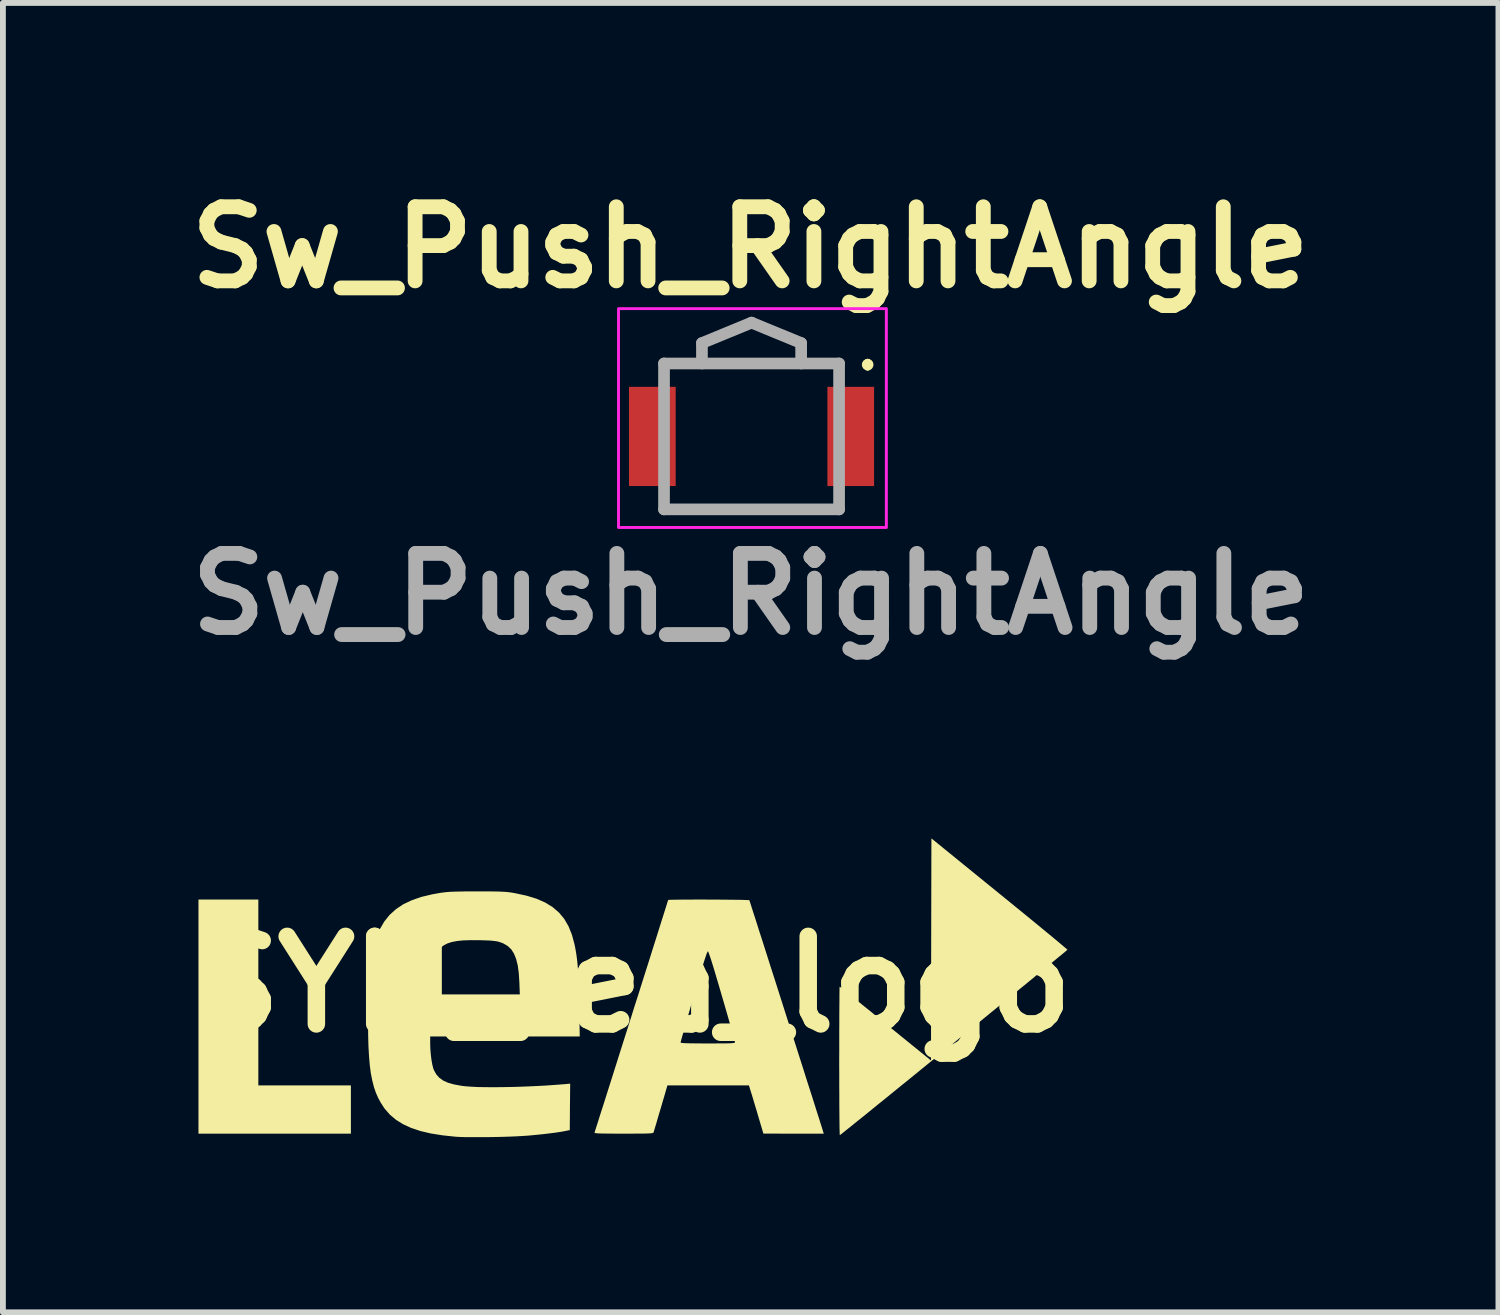
<source format=kicad_pcb>
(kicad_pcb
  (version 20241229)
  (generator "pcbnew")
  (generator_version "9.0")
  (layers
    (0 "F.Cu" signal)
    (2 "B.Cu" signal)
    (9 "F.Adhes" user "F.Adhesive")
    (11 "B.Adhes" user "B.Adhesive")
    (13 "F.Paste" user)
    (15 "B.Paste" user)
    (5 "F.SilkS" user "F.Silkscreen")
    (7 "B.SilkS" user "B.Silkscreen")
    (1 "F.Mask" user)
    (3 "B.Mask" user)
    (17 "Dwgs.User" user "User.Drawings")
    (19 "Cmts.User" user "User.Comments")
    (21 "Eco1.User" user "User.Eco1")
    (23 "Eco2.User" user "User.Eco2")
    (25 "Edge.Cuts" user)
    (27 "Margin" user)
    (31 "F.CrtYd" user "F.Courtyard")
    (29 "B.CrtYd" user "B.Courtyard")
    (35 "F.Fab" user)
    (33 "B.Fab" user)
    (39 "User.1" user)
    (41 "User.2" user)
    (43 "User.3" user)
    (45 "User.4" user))
  (footprint "Sw_Push_RightAngle"
    (layer "F.Cu")
    (at 9.829 4.429)
    (property "Reference" "Sw_Push_RightAngle" (at -0.02 -3.24 0) (layer "F.SilkS") (effects (font (size 1.27 1.27) (thickness 0.254))))
    (attr smd)
    (fp_line (start -1.5 -1.25) (end 1.5 -1.25) (stroke (width 0.1) (type solid)) (layer "F.SilkS"))
    (fp_line (start -1.5 1.25) (end 1.5 1.25) (stroke (width 0.1) (type solid)) (layer "F.SilkS"))
    (fp_line (start 1.99 -1.28) (end 1.99 -1.28) (stroke (width 0.1) (type solid)) (layer "F.SilkS"))
    (fp_line (start 1.99 -1.18) (end 1.99 -1.18) (stroke (width 0.1) (type solid)) (layer "F.SilkS"))
    (fp_arc (start 1.99 -1.28) (mid 2.04 -1.23) (end 1.99 -1.18) (stroke (width 0.1) (type solid)) (layer "F.SilkS"))
    (fp_arc (start 1.99 -1.18) (mid 1.94 -1.23) (end 1.99 -1.28) (stroke (width 0.1) (type solid)) (layer "F.SilkS"))
    (fp_rect (start -2.28 -2.19) (end 2.31 1.56) (stroke (width 0.05) (type default)) (fill no) (layer "F.CrtYd"))
    (fp_line (start -1.5 -1.25) (end 1.5 -1.25) (stroke (width 0.2) (type solid)) (layer "F.Fab"))
    (fp_line (start -1.5 1.25) (end -1.5 -1.25) (stroke (width 0.2) (type solid)) (layer "F.Fab"))
    (fp_line (start -0.85 -1.6) (end 0 -1.95) (stroke (width 0.2) (type solid)) (layer "F.Fab"))
    (fp_line (start -0.85 -1.25) (end -0.85 -1.6) (stroke (width 0.2) (type solid)) (layer "F.Fab"))
    (fp_line (start 0 -1.95) (end 0.85 -1.6) (stroke (width 0.2) (type solid)) (layer "F.Fab"))
    (fp_line (start 0.85 -1.6) (end 0.85 -1.25) (stroke (width 0.2) (type solid)) (layer "F.Fab"))
    (fp_line (start 1.5 -1.25) (end 1.5 1.25) (stroke (width 0.2) (type solid)) (layer "F.Fab"))
    (fp_line (start 1.5 1.25) (end -1.5 1.25) (stroke (width 0.2) (type solid)) (layer "F.Fab"))
    (fp_text user "${REFERENCE}" (at -0.01 2.7 0) (layer "F.Fab") (effects (font (size 1.27 1.27) (thickness 0.254))))
    (pad "1" smd rect (at 1.7 0) (size 0.8 1.7) (layers "F.Cu" "F.Mask" "F.Paste"))
    (pad "2" smd rect (at -1.7 0) (size 0.8 1.7) (layers "F.Cu" "F.Mask" "F.Paste")))
  (footprint "SYM_lea_logo"
    (layer "F.Cu")
    (at 7.8 13.818)
    (property "Reference" "SYM_lea_logo" (at 0 0 0) (layer "F.SilkS") (effects (font (size 1.5 1.5) (thickness 0.3))))
    (attr board_only exclude_from_pos_files exclude_from_bom)
    (fp_poly (pts (xy -6.423 0.14) (xy -6.423 1.732) (xy -5.63 1.732) (xy -4.837 1.732) (xy -4.837 2.146) (xy -4.837 2.559) (xy -6.143 2.559) (xy -7.449 2.559) (xy -7.449 0.553) (xy -7.449 -1.453) (xy -6.936 -1.453) (xy -6.423 -1.453)) (stroke (width 0) (type solid)) (fill yes) (layer "F.SilkS"))
    (fp_poly (pts (xy 6.276 -1.554) (xy 6.43 -1.429) (xy 6.577 -1.309) (xy 6.718 -1.194) (xy 6.85 -1.086) (xy 6.972 -0.986) (xy 7.082 -0.895) (xy 7.181 -0.814) (xy 7.266 -0.743) (xy 7.335 -0.685) (xy 7.388 -0.64) (xy 7.424 -0.61) (xy 7.441 -0.595) (xy 7.442 -0.593) (xy 7.432 -0.584) (xy 7.402 -0.558) (xy 7.354 -0.518) (xy 7.289 -0.465) (xy 7.208 -0.398) (xy 7.113 -0.32) (xy 7.005 -0.231) (xy 6.884 -0.132) (xy 6.753 -0.024) (xy 6.612 0.091) (xy 6.462 0.214) (xy 6.306 0.342) (xy 6.143 0.474) (xy 5.976 0.611) (xy 5.805 0.75) (xy 5.632 0.891) (xy 5.459 1.033) (xy 5.285 1.174) (xy 5.113 1.314) (xy 4.943 1.452) (xy 4.778 1.587) (xy 4.617 1.717) (xy 4.463 1.842) (xy 4.317 1.961) (xy 4.179 2.072) (xy 4.052 2.176) (xy 3.936 2.27) (xy 3.832 2.353) (xy 3.742 2.426) (xy 3.667 2.486) (xy 3.609 2.532) (xy 3.568 2.565) (xy 3.545 2.582) (xy 3.541 2.584) (xy 3.54 2.572) (xy 3.539 2.534) (xy 3.537 2.473) (xy 3.536 2.391) (xy 3.535 2.29) (xy 3.534 2.171) (xy 3.533 2.037) (xy 3.533 1.888) (xy 3.532 1.728) (xy 3.532 1.557) (xy 3.531 1.378) (xy 3.531 1.313) (xy 3.532 1.131) (xy 3.532 0.957) (xy 3.532 0.793) (xy 3.533 0.64) (xy 3.533 0.5) (xy 3.534 0.375) (xy 3.535 0.268) (xy 3.535 0.178) (xy 3.536 0.11) (xy 3.537 0.064) (xy 3.538 0.042) (xy 3.539 0.04) (xy 3.55 0.048) (xy 3.58 0.072) (xy 3.628 0.11) (xy 3.691 0.161) (xy 3.769 0.223) (xy 3.86 0.296) (xy 3.961 0.378) (xy 4.072 0.467) (xy 4.19 0.564) (xy 4.315 0.665) (xy 4.325 0.673) (xy 5.104 1.305) (xy 5.107 -0.598) (xy 5.111 -2.501)) (stroke (width 0) (type solid)) (fill yes) (layer "F.SilkS"))
    (fp_poly (pts (xy -2.538 -1.592) (xy -2.433 -1.592) (xy -2.348 -1.591) (xy -2.278 -1.589) (xy -2.22 -1.586) (xy -2.171 -1.583) (xy -2.126 -1.578) (xy -2.082 -1.572) (xy -2.036 -1.564) (xy -2.02 -1.561) (xy -1.826 -1.519) (xy -1.656 -1.467) (xy -1.508 -1.402) (xy -1.381 -1.324) (xy -1.272 -1.231) (xy -1.182 -1.123) (xy -1.108 -0.996) (xy -1.05 -0.852) (xy -1.005 -0.687) (xy -0.987 -0.596) (xy -0.974 -0.517) (xy -0.963 -0.438) (xy -0.954 -0.356) (xy -0.946 -0.266) (xy -0.94 -0.166) (xy -0.934 -0.052) (xy -0.93 0.079) (xy -0.926 0.23) (xy -0.924 0.383) (xy -0.915 0.893) (xy -2.197 0.893) (xy -3.478 0.893) (xy -3.478 1.023) (xy -3.475 1.113) (xy -3.467 1.206) (xy -3.456 1.297) (xy -3.441 1.379) (xy -3.424 1.444) (xy -3.414 1.471) (xy -3.374 1.542) (xy -3.322 1.601) (xy -3.255 1.649) (xy -3.171 1.687) (xy -3.067 1.716) (xy -2.941 1.739) (xy -2.872 1.747) (xy -2.778 1.754) (xy -2.662 1.76) (xy -2.526 1.762) (xy -2.374 1.763) (xy -2.21 1.761) (xy -2.038 1.758) (xy -1.86 1.752) (xy -1.681 1.744) (xy -1.504 1.735) (xy -1.333 1.723) (xy -1.176 1.711) (xy -1.079 1.702) (xy -1.083 2.1) (xy -1.086 2.498) (xy -1.166 2.514) (xy -1.247 2.529) (xy -1.35 2.544) (xy -1.471 2.559) (xy -1.605 2.574) (xy -1.748 2.588) (xy -1.806 2.593) (xy -1.896 2.599) (xy -2.004 2.605) (xy -2.126 2.61) (xy -2.258 2.614) (xy -2.393 2.617) (xy -2.529 2.619) (xy -2.66 2.619) (xy -2.783 2.619) (xy -2.891 2.618) (xy -2.981 2.615) (xy -3.037 2.612) (xy -3.263 2.588) (xy -3.466 2.556) (xy -3.645 2.514) (xy -3.804 2.461) (xy -3.943 2.397) (xy -4.064 2.322) (xy -4.167 2.235) (xy -4.255 2.135) (xy -4.271 2.112) (xy -4.323 2.032) (xy -4.369 1.948) (xy -4.409 1.857) (xy -4.443 1.757) (xy -4.471 1.647) (xy -4.495 1.525) (xy -4.513 1.388) (xy -4.526 1.235) (xy -4.536 1.064) (xy -4.541 0.872) (xy -4.543 0.658) (xy -4.541 0.42) (xy -4.541 0.397) (xy -4.537 0.2) (xy -4.536 0.173) (xy -3.482 0.173) (xy -2.712 0.173) (xy -1.942 0.173) (xy -1.95 -0.037) (xy -1.96 -0.193) (xy -1.978 -0.326) (xy -2.006 -0.437) (xy -2.043 -0.528) (xy -2.09 -0.601) (xy -2.15 -0.657) (xy -2.222 -0.7) (xy -2.277 -0.721) (xy -2.313 -0.732) (xy -2.351 -0.739) (xy -2.396 -0.745) (xy -2.453 -0.75) (xy -2.526 -0.753) (xy -2.621 -0.756) (xy -2.632 -0.756) (xy -2.784 -0.757) (xy -2.913 -0.753) (xy -3.021 -0.742) (xy -3.112 -0.724) (xy -3.187 -0.699) (xy -3.25 -0.665) (xy -3.304 -0.623) (xy -3.312 -0.616) (xy -3.362 -0.553) (xy -3.402 -0.474) (xy -3.433 -0.375) (xy -3.456 -0.255) (xy -3.47 -0.112) (xy -3.475 -0.023) (xy -3.482 0.173) (xy -4.536 0.173) (xy -4.531 0.026) (xy -4.524 -0.126) (xy -4.514 -0.261) (xy -4.501 -0.381) (xy -4.485 -0.488) (xy -4.465 -0.586) (xy -4.442 -0.678) (xy -4.415 -0.766) (xy -4.404 -0.798) (xy -4.341 -0.945) (xy -4.265 -1.076) (xy -4.174 -1.189) (xy -4.066 -1.287) (xy -3.941 -1.371) (xy -3.796 -1.44) (xy -3.63 -1.498) (xy -3.441 -1.543) (xy -3.295 -1.569) (xy -3.246 -1.575) (xy -3.195 -1.581) (xy -3.138 -1.585) (xy -3.071 -1.588) (xy -2.992 -1.59) (xy -2.896 -1.592) (xy -2.78 -1.592) (xy -2.665 -1.592)) (stroke (width 0) (type solid)) (fill yes) (layer "F.SilkS"))
    (fp_poly (pts (xy 1.196 -1.453) (xy 1.313 -1.452) (xy 1.43 -1.452) (xy 1.544 -1.451) (xy 1.651 -1.45) (xy 1.749 -1.449) (xy 1.834 -1.448) (xy 1.904 -1.446) (xy 1.955 -1.444) (xy 1.985 -1.443) (xy 1.991 -1.441) (xy 1.996 -1.428) (xy 2.008 -1.391) (xy 2.027 -1.332) (xy 2.052 -1.252) (xy 2.084 -1.154) (xy 2.121 -1.039) (xy 2.162 -0.908) (xy 2.209 -0.764) (xy 2.259 -0.607) (xy 2.312 -0.44) (xy 2.368 -0.264) (xy 2.427 -0.081) (xy 2.487 0.107) (xy 2.548 0.299) (xy 2.61 0.494) (xy 2.672 0.689) (xy 2.734 0.882) (xy 2.795 1.073) (xy 2.854 1.259) (xy 2.912 1.439) (xy 2.966 1.612) (xy 3.018 1.774) (xy 3.067 1.926) (xy 3.111 2.065) (xy 3.15 2.189) (xy 3.185 2.297) (xy 3.213 2.388) (xy 3.236 2.459) (xy 3.251 2.509) (xy 3.257 2.529) (xy 3.267 2.559) (xy 2.749 2.559) (xy 2.232 2.558) (xy 2.146 2.269) (xy 2.119 2.176) (xy 2.091 2.084) (xy 2.065 1.997) (xy 2.043 1.923) (xy 2.026 1.867) (xy 2.022 1.856) (xy 1.984 1.732) (xy 1.286 1.732) (xy 0.587 1.732) (xy 0.559 1.829) (xy 0.547 1.871) (xy 0.529 1.933) (xy 0.506 2.009) (xy 0.481 2.096) (xy 0.454 2.186) (xy 0.444 2.219) (xy 0.419 2.304) (xy 0.397 2.382) (xy 0.377 2.447) (xy 0.362 2.498) (xy 0.353 2.528) (xy 0.351 2.535) (xy 0.348 2.541) (xy 0.341 2.546) (xy 0.326 2.55) (xy 0.302 2.553) (xy 0.267 2.555) (xy 0.217 2.557) (xy 0.15 2.558) (xy 0.064 2.558) (xy -0.044 2.559) (xy -0.162 2.559) (xy -0.295 2.559) (xy -0.404 2.558) (xy -0.49 2.557) (xy -0.556 2.556) (xy -0.604 2.554) (xy -0.637 2.551) (xy -0.655 2.548) (xy -0.662 2.543) (xy -0.662 2.541) (xy -0.657 2.526) (xy -0.645 2.487) (xy -0.625 2.425) (xy -0.599 2.344) (xy -0.568 2.244) (xy -0.53 2.127) (xy -0.488 1.995) (xy -0.442 1.849) (xy -0.392 1.692) (xy -0.339 1.524) (xy -0.283 1.347) (xy -0.225 1.163) (xy -0.172 0.996) (xy 0.813 0.996) (xy 0.813 0.996) (xy 0.819 1.001) (xy 0.837 1.005) (xy 0.869 1.007) (xy 0.919 1.01) (xy 0.987 1.011) (xy 1.076 1.012) (xy 1.188 1.013) (xy 1.279 1.013) (xy 1.403 1.013) (xy 1.503 1.012) (xy 1.582 1.012) (xy 1.641 1.011) (xy 1.684 1.009) (xy 1.714 1.006) (xy 1.732 1.003) (xy 1.741 0.999) (xy 1.745 0.993) (xy 1.745 0.989) (xy 1.741 0.973) (xy 1.731 0.933) (xy 1.714 0.872) (xy 1.692 0.792) (xy 1.664 0.696) (xy 1.633 0.586) (xy 1.598 0.464) (xy 1.56 0.333) (xy 1.521 0.2) (xy 1.469 0.021) (xy 1.423 -0.133) (xy 1.385 -0.262) (xy 1.352 -0.368) (xy 1.326 -0.45) (xy 1.305 -0.51) (xy 1.291 -0.548) (xy 1.282 -0.565) (xy 1.28 -0.566) (xy 1.273 -0.556) (xy 1.26 -0.525) (xy 1.242 -0.473) (xy 1.217 -0.398) (xy 1.187 -0.3) (xy 1.151 -0.179) (xy 1.108 -0.034) (xy 1.058 0.136) (xy 1.037 0.207) (xy 0.997 0.345) (xy 0.959 0.476) (xy 0.924 0.598) (xy 0.893 0.707) (xy 0.866 0.803) (xy 0.844 0.881) (xy 0.827 0.941) (xy 0.817 0.98) (xy 0.813 0.996) (xy -0.172 0.996) (xy -0.165 0.974) (xy -0.104 0.782) (xy -0.042 0.587) (xy 0.019 0.392) (xy 0.081 0.199) (xy 0.141 0.008) (xy 0.2 -0.178) (xy 0.257 -0.357) (xy 0.311 -0.529) (xy 0.362 -0.691) (xy 0.41 -0.842) (xy 0.453 -0.98) (xy 0.492 -1.103) (xy 0.526 -1.21) (xy 0.554 -1.299) (xy 0.576 -1.369) (xy 0.591 -1.417) (xy 0.599 -1.442) (xy 0.6 -1.446) (xy 0.613 -1.447) (xy 0.649 -1.449) (xy 0.706 -1.45) (xy 0.781 -1.451) (xy 0.87 -1.452) (xy 0.971 -1.452) (xy 1.08 -1.453)) (stroke (width 0) (type solid)) (fill yes) (layer "F.SilkS")))
  (gr_rect
    (start -3 -3)
    (end 22.628 19.438)
    (stroke (width 0.1) (type default))
    (fill no)
    (layer "Edge.Cuts")))
</source>
